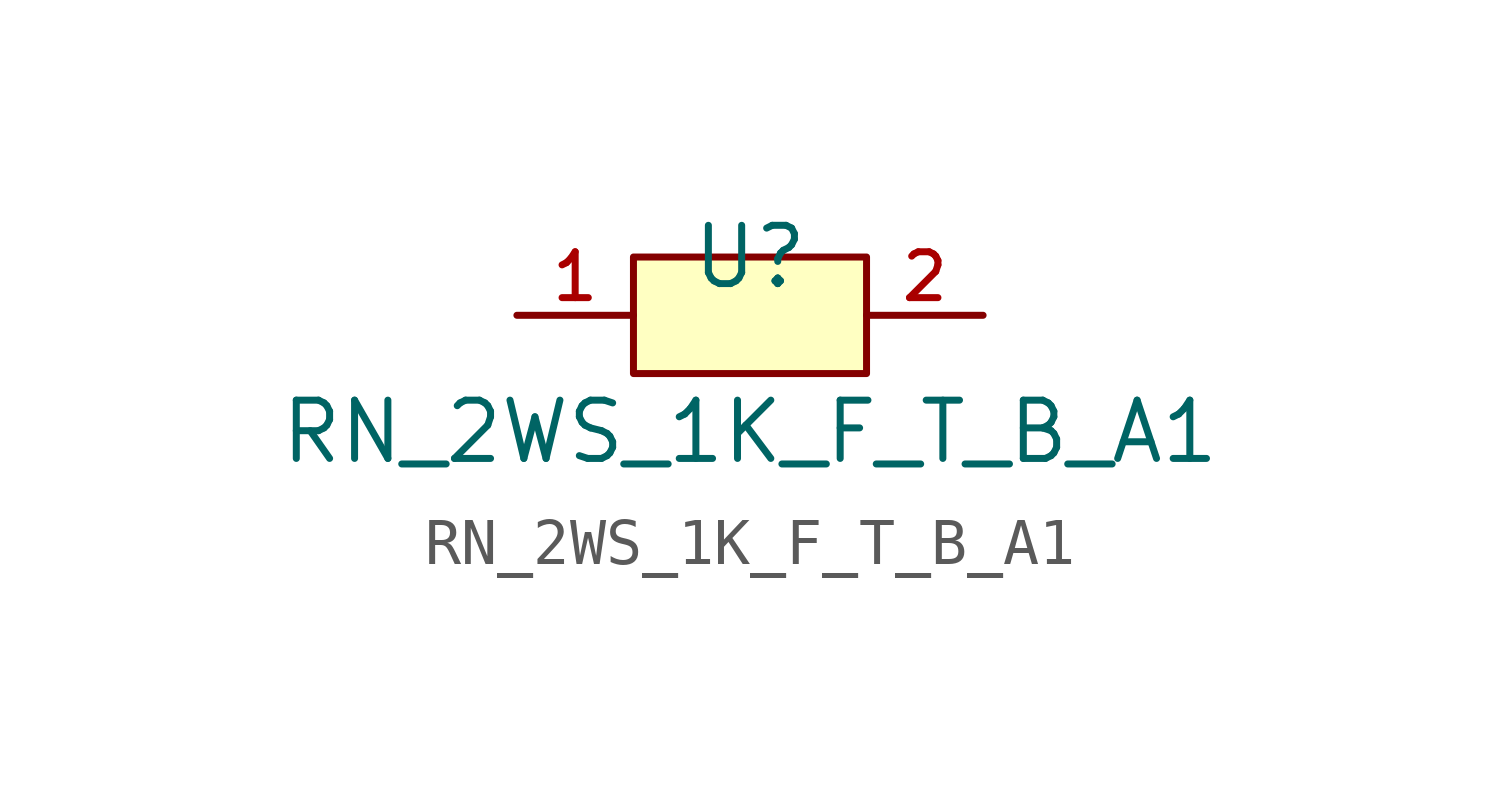
<source format=kicad_sym>
(kicad_symbol_lib
  (version 20210201)
  (generator TousstNicolas/JLC2KiCad_lib)
  (symbol "RN_2WS_1K_F_T_B_A1"
    (pin_names hide)
    (property "Reference" "U"
      (at 0 1.27 0)
      (effects (font (size 1.27 1.27))))
    (property "Value" "RN_2WS_1K_F_T_B_A1"
      (at 0 -2.54 0)
      (effects (font (size 1.27 1.27))))
    (symbol "RN_2WS_1K_F_T_B_A1_0_1"
      (pin unspecified line (at -5.08 -0.0 0) (length 2.54) (name "1" (effects (font (size 1 1)))) (number "1" (effects (font (size 1 1)))))
      (pin unspecified line (at 5.08 -0.0 180) (length 2.54) (name "2" (effects (font (size 1 1)))) (number "2" (effects (font (size 1 1)))))
      (rectangle (start -2.54 1.27) (end 2.54 -1.27) (stroke (width 0) (type default) (color 0 0 0 0)) (fill (type background))))))
</source>
